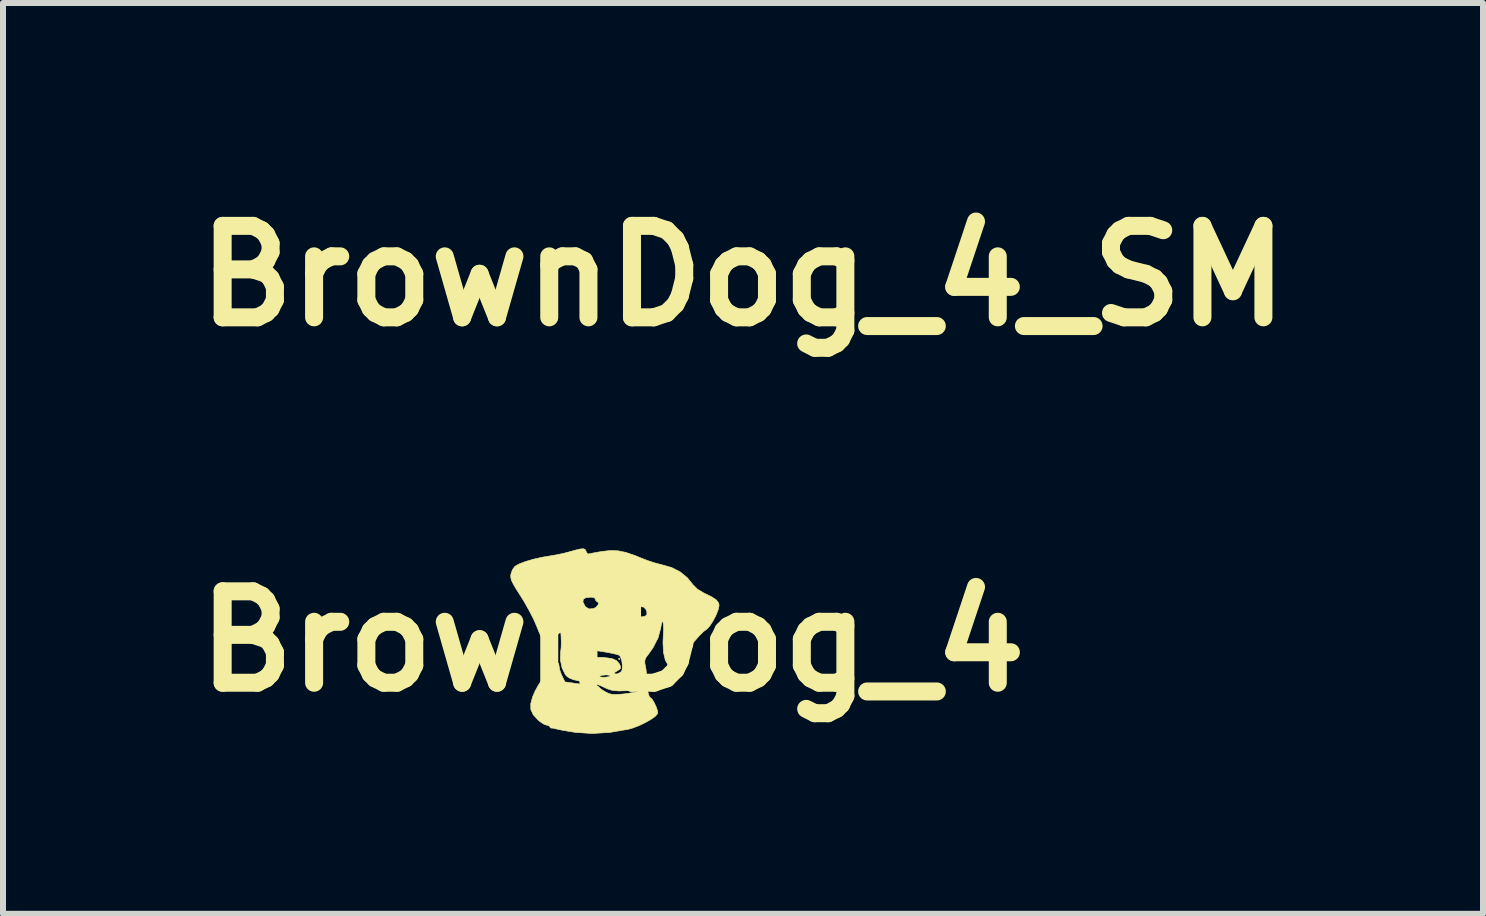
<source format=kicad_pcb>
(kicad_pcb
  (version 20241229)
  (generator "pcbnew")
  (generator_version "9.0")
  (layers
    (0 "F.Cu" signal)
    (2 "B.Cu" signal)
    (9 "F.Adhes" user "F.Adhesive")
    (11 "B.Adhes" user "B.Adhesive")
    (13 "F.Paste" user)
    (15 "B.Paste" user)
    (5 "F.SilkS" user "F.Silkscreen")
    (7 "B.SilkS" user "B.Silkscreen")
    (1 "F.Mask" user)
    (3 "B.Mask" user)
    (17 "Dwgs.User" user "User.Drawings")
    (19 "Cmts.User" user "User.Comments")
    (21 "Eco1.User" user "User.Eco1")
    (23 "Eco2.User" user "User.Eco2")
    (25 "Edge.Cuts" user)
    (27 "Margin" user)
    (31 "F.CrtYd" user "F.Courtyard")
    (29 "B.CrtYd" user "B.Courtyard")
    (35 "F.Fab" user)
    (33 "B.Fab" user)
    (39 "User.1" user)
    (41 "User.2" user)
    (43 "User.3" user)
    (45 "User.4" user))
  (footprint "BrownDog_4"
    (layer "F.Cu")
    (at 7.156 7.639)
    (property "Reference" "BrownDog_4" (at 0 0 0) (layer "F.SilkS") (effects (font (size 1.524 1.524) (thickness 0.3))))
    (attr through_hole)
    (fp_poly (pts (xy -0.356 0.419) (xy -0.368 0.432) (xy -0.381 0.419) (xy -0.368 0.406) (xy -0.356 0.419)) (stroke (width 0.01) (type solid)) (fill yes) (layer "F.SilkS"))
    (fp_poly (pts (xy 0.127 0.292) (xy 0.114 0.305) (xy 0.102 0.292) (xy 0.114 0.279) (xy 0.127 0.292)) (stroke (width 0.01) (type solid)) (fill yes) (layer "F.SilkS"))
    (fp_poly (pts (xy -0.894 0.377) (xy -0.889 0.414) (xy -0.878 0.474) (xy -0.851 0.551) (xy -0.84 0.574) (xy -0.791 0.675) (xy -0.579 0.706) (xy -0.471 0.72) (xy -0.375 0.731) (xy -0.308 0.736) (xy -0.297 0.737) (xy -0.247 0.743) (xy -0.229 0.757) (xy -0.208 0.781) (xy -0.157 0.817) (xy -0.124 0.837) (xy -0.064 0.867) (xy -0.008 0.883) (xy 0.06 0.886) (xy 0.159 0.879) (xy 0.172 0.878) (xy 0.28 0.864) (xy 0.38 0.845) (xy 0.45 0.825) (xy 0.452 0.824) (xy 0.525 0.796) (xy 0.564 0.793) (xy 0.585 0.819) (xy 0.597 0.864) (xy 0.614 0.917) (xy 0.633 0.94) (xy 0.633 0.94) (xy 0.66 0.961) (xy 0.693 1.015) (xy 0.726 1.083) (xy 0.749 1.149) (xy 0.756 1.196) (xy 0.755 1.201) (xy 0.719 1.245) (xy 0.646 1.298) (xy 0.55 1.353) (xy 0.443 1.404) (xy 0.335 1.445) (xy 0.267 1.464) (xy -0.049 1.518) (xy -0.339 1.535) (xy -0.61 1.517) (xy -0.639 1.513) (xy -0.749 1.495) (xy -0.847 1.478) (xy -0.918 1.463) (xy -0.931 1.46) (xy -0.989 1.446) (xy -1.022 1.444) (xy -1.041 1.429) (xy -1.041 1.422) (xy -1.063 1.402) (xy -1.092 1.397) (xy -1.139 1.381) (xy -1.204 1.339) (xy -1.242 1.307) (xy -1.319 1.223) (xy -1.359 1.137) (xy -1.361 1.04) (xy -1.329 0.922) (xy -1.286 0.824) (xy -1.238 0.736) (xy -1.174 0.639) (xy -1.103 0.543) (xy -1.033 0.458) (xy -0.97 0.394) (xy -0.923 0.359) (xy -0.911 0.356) (xy -0.894 0.377)) (stroke (width 0.01) (type solid)) (fill yes) (layer "F.SilkS"))
    (fp_poly (pts (xy -0.457 -1.534) (xy -0.443 -1.511) (xy -0.44 -1.5) (xy -0.417 -1.462) (xy -0.395 -1.456) (xy -0.357 -1.466) (xy -0.283 -1.48) (xy -0.189 -1.496) (xy -0.173 -1.499) (xy -0.033 -1.514) (xy 0.096 -1.509) (xy 0.228 -1.482) (xy 0.379 -1.43) (xy 0.465 -1.394) (xy 0.581 -1.349) (xy 0.705 -1.308) (xy 0.806 -1.282) (xy 0.986 -1.231) (xy 1.129 -1.159) (xy 1.249 -1.06) (xy 1.344 -0.943) (xy 1.42 -0.868) (xy 1.531 -0.802) (xy 1.547 -0.795) (xy 1.662 -0.738) (xy 1.735 -0.688) (xy 1.771 -0.638) (xy 1.778 -0.599) (xy 1.764 -0.531) (xy 1.729 -0.441) (xy 1.681 -0.347) (xy 1.628 -0.264) (xy 1.578 -0.208) (xy 1.563 -0.197) (xy 1.513 -0.159) (xy 1.444 -0.089) (xy 1.364 0.001) (xy 1.284 0.1) (xy 1.211 0.197) (xy 1.156 0.281) (xy 1.141 0.308) (xy 1.097 0.377) (xy 1.048 0.427) (xy 1.037 0.434) (xy 0.991 0.45) (xy 0.954 0.429) (xy 0.935 0.407) (xy 0.882 0.313) (xy 0.852 0.186) (xy 0.843 0.022) (xy 0.848 -0.095) (xy 0.853 -0.203) (xy 0.85 -0.281) (xy 0.843 -0.325) (xy 0.831 -0.33) (xy 0.817 -0.292) (xy 0.804 -0.216) (xy 0.762 -0.061) (xy 0.679 0.102) (xy 0.603 0.211) (xy 0.561 0.266) (xy 0.542 0.309) (xy 0.54 0.359) (xy 0.554 0.435) (xy 0.559 0.458) (xy 0.575 0.593) (xy 0.557 0.693) (xy 0.505 0.759) (xy 0.455 0.785) (xy 0.355 0.808) (xy 0.231 0.822) (xy 0.105 0.826) (xy 0.002 0.817) (xy -0.004 0.816) (xy -0.086 0.79) (xy -0.158 0.756) (xy -0.161 0.754) (xy -0.218 0.729) (xy -0.307 0.705) (xy -0.408 0.685) (xy -0.411 0.685) (xy -0.553 0.661) (xy -0.654 0.637) (xy -0.723 0.608) (xy -0.759 0.58) (xy -0.213 0.58) (xy -0.202 0.593) (xy -0.159 0.598) (xy -0.103 0.596) (xy -0.055 0.587) (xy -0.035 0.577) (xy -0.045 0.565) (xy -0.092 0.559) (xy -0.109 0.559) (xy -0.173 0.564) (xy -0.211 0.577) (xy -0.213 0.58) (xy -0.759 0.58) (xy -0.769 0.572) (xy -0.785 0.553) (xy -0.812 0.497) (xy -0.345 0.497) (xy -0.343 0.508) (xy -0.316 0.529) (xy -0.286 0.533) (xy -0.279 0.523) (xy -0.299 0.507) (xy -0.319 0.498) (xy -0.345 0.497) (xy -0.812 0.497) (xy -0.839 0.442) (xy -0.862 0.332) (xy -0.432 0.332) (xy -0.426 0.395) (xy -0.412 0.43) (xy -0.406 0.432) (xy -0.357 0.422) (xy -0.35 0.397) (xy -0.343 0.362) (xy -0.319 0.316) (xy -0.293 0.284) (xy -0.259 0.268) (xy -0.204 0.265) (xy -0.122 0.27) (xy -0.007 0.287) (xy 0.069 0.32) (xy 0.117 0.376) (xy 0.134 0.414) (xy 0.133 0.455) (xy 0.088 0.487) (xy 0.037 0.518) (xy 0.03 0.539) (xy 0.066 0.543) (xy 0.087 0.54) (xy 0.139 0.512) (xy 0.161 0.478) (xy 0.166 0.411) (xy 0.158 0.333) (xy 0.138 0.265) (xy 0.117 0.233) (xy 0.081 0.219) (xy 0.01 0.202) (xy -0.081 0.184) (xy -0.176 0.168) (xy -0.26 0.156) (xy -0.314 0.152) (xy -0.374 0.175) (xy -0.415 0.237) (xy -0.432 0.327) (xy -0.432 0.332) (xy -0.862 0.332) (xy -0.867 0.31) (xy -0.863 0.18) (xy -0.862 0.173) (xy -0.854 0.101) (xy -0.852 0.012) (xy -0.855 -0.082) (xy -0.862 -0.167) (xy -0.873 -0.232) (xy -0.886 -0.264) (xy -0.893 -0.264) (xy -0.911 -0.231) (xy -0.914 -0.204) (xy -0.934 -0.143) (xy -0.981 -0.078) (xy -1.041 -0.025) (xy -1.099 -0.000267) (xy -1.105 0) (xy -1.134 -0.006) (xy -1.16 -0.03) (xy -1.189 -0.079) (xy -1.226 -0.163) (xy -1.256 -0.239) (xy -1.311 -0.366) (xy -1.347 -0.437) (xy 0.358 -0.437) (xy 0.374 -0.413) (xy 0.422 -0.407) (xy 0.456 -0.406) (xy 0.536 -0.415) (xy 0.574 -0.441) (xy 0.574 -0.443) (xy 0.574 -0.492) (xy 0.559 -0.533) (xy 0.522 -0.572) (xy 0.461 -0.58) (xy 0.449 -0.579) (xy 0.392 -0.567) (xy 0.367 -0.533) (xy 0.36 -0.489) (xy 0.358 -0.437) (xy -1.347 -0.437) (xy -1.387 -0.513) (xy -1.469 -0.66) (xy -0.491 -0.66) (xy -0.489 -0.652) (xy -0.451 -0.578) (xy -0.389 -0.541) (xy -0.315 -0.546) (xy -0.273 -0.569) (xy -0.238 -0.609) (xy -0.23 -0.645) (xy -0.254 -0.66) (xy -0.277 -0.681) (xy -0.279 -0.699) (xy -0.302 -0.729) (xy -0.354 -0.737) (xy -0.44 -0.729) (xy -0.484 -0.705) (xy -0.491 -0.66) (xy -1.469 -0.66) (xy -1.471 -0.662) (xy -1.527 -0.753) (xy -1.602 -0.87) (xy -1.651 -0.954) (xy -1.681 -1.015) (xy -1.693 -1.062) (xy -1.694 -1.103) (xy -1.692 -1.118) (xy -1.667 -1.192) (xy -1.626 -1.249) (xy -1.624 -1.251) (xy -1.555 -1.29) (xy -1.447 -1.331) (xy -1.314 -1.37) (xy -1.166 -1.403) (xy -1.064 -1.42) (xy -0.946 -1.44) (xy -0.824 -1.465) (xy -0.737 -1.487) (xy -0.616 -1.521) (xy -0.535 -1.54) (xy -0.485 -1.544) (xy -0.457 -1.534)) (stroke (width 0.01) (type solid)) (fill yes) (layer "F.SilkS")))
  (footprint "BrownDog_4_SM"
    (layer "F.Cu")
    (at 9.333 1.549)
    (property "Reference" "BrownDog_4_SM" (at 0 0 0) (layer "F.SilkS") (effects (font (size 1.524 1.524) (thickness 0.3))))
    (attr through_hole)
    (fp_poly (pts (xy -0.356 0.419) (xy -0.368 0.432) (xy -0.381 0.419) (xy -0.368 0.406) (xy -0.356 0.419)) (stroke (width 0.01) (type solid)) (fill yes) (layer "F.Mask"))
    (fp_poly (pts (xy 0.127 0.292) (xy 0.114 0.305) (xy 0.102 0.292) (xy 0.114 0.279) (xy 0.127 0.292)) (stroke (width 0.01) (type solid)) (fill yes) (layer "F.Mask"))
    (fp_poly (pts (xy -0.894 0.377) (xy -0.889 0.414) (xy -0.878 0.474) (xy -0.851 0.551) (xy -0.84 0.574) (xy -0.791 0.675) (xy -0.579 0.706) (xy -0.471 0.72) (xy -0.375 0.731) (xy -0.308 0.736) (xy -0.297 0.737) (xy -0.247 0.743) (xy -0.229 0.757) (xy -0.208 0.781) (xy -0.157 0.817) (xy -0.124 0.837) (xy -0.064 0.867) (xy -0.008 0.883) (xy 0.06 0.886) (xy 0.159 0.879) (xy 0.172 0.878) (xy 0.28 0.864) (xy 0.38 0.845) (xy 0.45 0.825) (xy 0.452 0.824) (xy 0.525 0.796) (xy 0.564 0.793) (xy 0.585 0.819) (xy 0.597 0.864) (xy 0.614 0.917) (xy 0.633 0.94) (xy 0.633 0.94) (xy 0.66 0.961) (xy 0.693 1.015) (xy 0.726 1.083) (xy 0.749 1.149) (xy 0.756 1.196) (xy 0.755 1.201) (xy 0.719 1.245) (xy 0.646 1.298) (xy 0.55 1.353) (xy 0.443 1.404) (xy 0.335 1.445) (xy 0.267 1.464) (xy -0.049 1.518) (xy -0.339 1.535) (xy -0.61 1.517) (xy -0.639 1.513) (xy -0.749 1.495) (xy -0.847 1.478) (xy -0.918 1.463) (xy -0.931 1.46) (xy -0.989 1.446) (xy -1.022 1.444) (xy -1.041 1.429) (xy -1.041 1.422) (xy -1.063 1.402) (xy -1.092 1.397) (xy -1.139 1.381) (xy -1.204 1.339) (xy -1.242 1.307) (xy -1.319 1.223) (xy -1.359 1.137) (xy -1.361 1.04) (xy -1.329 0.922) (xy -1.286 0.824) (xy -1.238 0.736) (xy -1.174 0.639) (xy -1.103 0.543) (xy -1.033 0.458) (xy -0.97 0.394) (xy -0.923 0.359) (xy -0.911 0.356) (xy -0.894 0.377)) (stroke (width 0.01) (type solid)) (fill yes) (layer "F.Mask"))
    (fp_poly (pts (xy -0.457 -1.534) (xy -0.443 -1.511) (xy -0.44 -1.5) (xy -0.417 -1.462) (xy -0.395 -1.456) (xy -0.357 -1.466) (xy -0.283 -1.48) (xy -0.189 -1.496) (xy -0.173 -1.499) (xy -0.033 -1.514) (xy 0.096 -1.509) (xy 0.228 -1.482) (xy 0.379 -1.43) (xy 0.465 -1.394) (xy 0.581 -1.349) (xy 0.705 -1.308) (xy 0.806 -1.282) (xy 0.986 -1.231) (xy 1.129 -1.159) (xy 1.249 -1.06) (xy 1.344 -0.943) (xy 1.42 -0.868) (xy 1.531 -0.802) (xy 1.547 -0.795) (xy 1.662 -0.738) (xy 1.735 -0.688) (xy 1.771 -0.638) (xy 1.778 -0.599) (xy 1.764 -0.531) (xy 1.729 -0.441) (xy 1.681 -0.347) (xy 1.628 -0.264) (xy 1.578 -0.208) (xy 1.563 -0.197) (xy 1.513 -0.159) (xy 1.444 -0.089) (xy 1.364 0.001) (xy 1.284 0.1) (xy 1.211 0.197) (xy 1.156 0.281) (xy 1.141 0.308) (xy 1.097 0.377) (xy 1.048 0.427) (xy 1.037 0.434) (xy 0.991 0.45) (xy 0.954 0.429) (xy 0.935 0.407) (xy 0.882 0.313) (xy 0.852 0.186) (xy 0.843 0.022) (xy 0.848 -0.095) (xy 0.853 -0.203) (xy 0.85 -0.281) (xy 0.843 -0.325) (xy 0.831 -0.33) (xy 0.817 -0.292) (xy 0.804 -0.216) (xy 0.762 -0.061) (xy 0.679 0.102) (xy 0.603 0.211) (xy 0.561 0.266) (xy 0.542 0.309) (xy 0.54 0.359) (xy 0.554 0.435) (xy 0.559 0.458) (xy 0.575 0.593) (xy 0.557 0.693) (xy 0.505 0.759) (xy 0.455 0.785) (xy 0.355 0.808) (xy 0.231 0.822) (xy 0.105 0.826) (xy 0.002 0.817) (xy -0.004 0.816) (xy -0.086 0.79) (xy -0.158 0.756) (xy -0.161 0.754) (xy -0.218 0.729) (xy -0.307 0.705) (xy -0.408 0.685) (xy -0.411 0.685) (xy -0.553 0.661) (xy -0.654 0.637) (xy -0.723 0.608) (xy -0.759 0.58) (xy -0.213 0.58) (xy -0.202 0.593) (xy -0.159 0.598) (xy -0.103 0.596) (xy -0.055 0.587) (xy -0.035 0.577) (xy -0.045 0.565) (xy -0.092 0.559) (xy -0.109 0.559) (xy -0.173 0.564) (xy -0.211 0.577) (xy -0.213 0.58) (xy -0.759 0.58) (xy -0.769 0.572) (xy -0.785 0.553) (xy -0.812 0.497) (xy -0.345 0.497) (xy -0.343 0.508) (xy -0.316 0.529) (xy -0.286 0.533) (xy -0.279 0.523) (xy -0.299 0.507) (xy -0.319 0.498) (xy -0.345 0.497) (xy -0.812 0.497) (xy -0.839 0.442) (xy -0.862 0.332) (xy -0.432 0.332) (xy -0.426 0.395) (xy -0.412 0.43) (xy -0.406 0.432) (xy -0.357 0.422) (xy -0.35 0.397) (xy -0.343 0.362) (xy -0.319 0.316) (xy -0.293 0.284) (xy -0.259 0.268) (xy -0.204 0.265) (xy -0.122 0.27) (xy -0.007 0.287) (xy 0.069 0.32) (xy 0.117 0.376) (xy 0.134 0.414) (xy 0.133 0.455) (xy 0.088 0.487) (xy 0.037 0.518) (xy 0.03 0.539) (xy 0.066 0.543) (xy 0.087 0.54) (xy 0.139 0.512) (xy 0.161 0.478) (xy 0.166 0.411) (xy 0.158 0.333) (xy 0.138 0.265) (xy 0.117 0.233) (xy 0.081 0.219) (xy 0.01 0.202) (xy -0.081 0.184) (xy -0.176 0.168) (xy -0.26 0.156) (xy -0.314 0.152) (xy -0.374 0.175) (xy -0.415 0.237) (xy -0.432 0.327) (xy -0.432 0.332) (xy -0.862 0.332) (xy -0.867 0.31) (xy -0.863 0.18) (xy -0.862 0.173) (xy -0.854 0.101) (xy -0.852 0.012) (xy -0.855 -0.082) (xy -0.862 -0.167) (xy -0.873 -0.232) (xy -0.886 -0.264) (xy -0.893 -0.264) (xy -0.911 -0.231) (xy -0.914 -0.204) (xy -0.934 -0.143) (xy -0.981 -0.078) (xy -1.041 -0.025) (xy -1.099 -0.000267) (xy -1.105 0) (xy -1.134 -0.006) (xy -1.16 -0.03) (xy -1.189 -0.079) (xy -1.226 -0.163) (xy -1.256 -0.239) (xy -1.311 -0.366) (xy -1.347 -0.437) (xy 0.358 -0.437) (xy 0.374 -0.413) (xy 0.422 -0.407) (xy 0.456 -0.406) (xy 0.536 -0.415) (xy 0.574 -0.441) (xy 0.574 -0.443) (xy 0.574 -0.492) (xy 0.559 -0.533) (xy 0.522 -0.572) (xy 0.461 -0.58) (xy 0.449 -0.579) (xy 0.392 -0.567) (xy 0.367 -0.533) (xy 0.36 -0.489) (xy 0.358 -0.437) (xy -1.347 -0.437) (xy -1.387 -0.513) (xy -1.469 -0.66) (xy -0.491 -0.66) (xy -0.489 -0.652) (xy -0.451 -0.578) (xy -0.389 -0.541) (xy -0.315 -0.546) (xy -0.273 -0.569) (xy -0.238 -0.609) (xy -0.23 -0.645) (xy -0.254 -0.66) (xy -0.277 -0.681) (xy -0.279 -0.699) (xy -0.302 -0.729) (xy -0.354 -0.737) (xy -0.44 -0.729) (xy -0.484 -0.705) (xy -0.491 -0.66) (xy -1.469 -0.66) (xy -1.471 -0.662) (xy -1.527 -0.753) (xy -1.602 -0.87) (xy -1.651 -0.954) (xy -1.681 -1.015) (xy -1.693 -1.062) (xy -1.694 -1.103) (xy -1.692 -1.118) (xy -1.667 -1.192) (xy -1.626 -1.249) (xy -1.624 -1.251) (xy -1.555 -1.29) (xy -1.447 -1.331) (xy -1.314 -1.37) (xy -1.166 -1.403) (xy -1.064 -1.42) (xy -0.946 -1.44) (xy -0.824 -1.465) (xy -0.737 -1.487) (xy -0.616 -1.521) (xy -0.535 -1.54) (xy -0.485 -1.544) (xy -0.457 -1.534)) (stroke (width 0.01) (type solid)) (fill yes) (layer "F.Mask")))
  (gr_rect
    (start -3 -3)
    (end 21.665 12.179)
    (stroke (width 0.1) (type default))
    (fill no)
    (layer "Edge.Cuts")))
</source>
